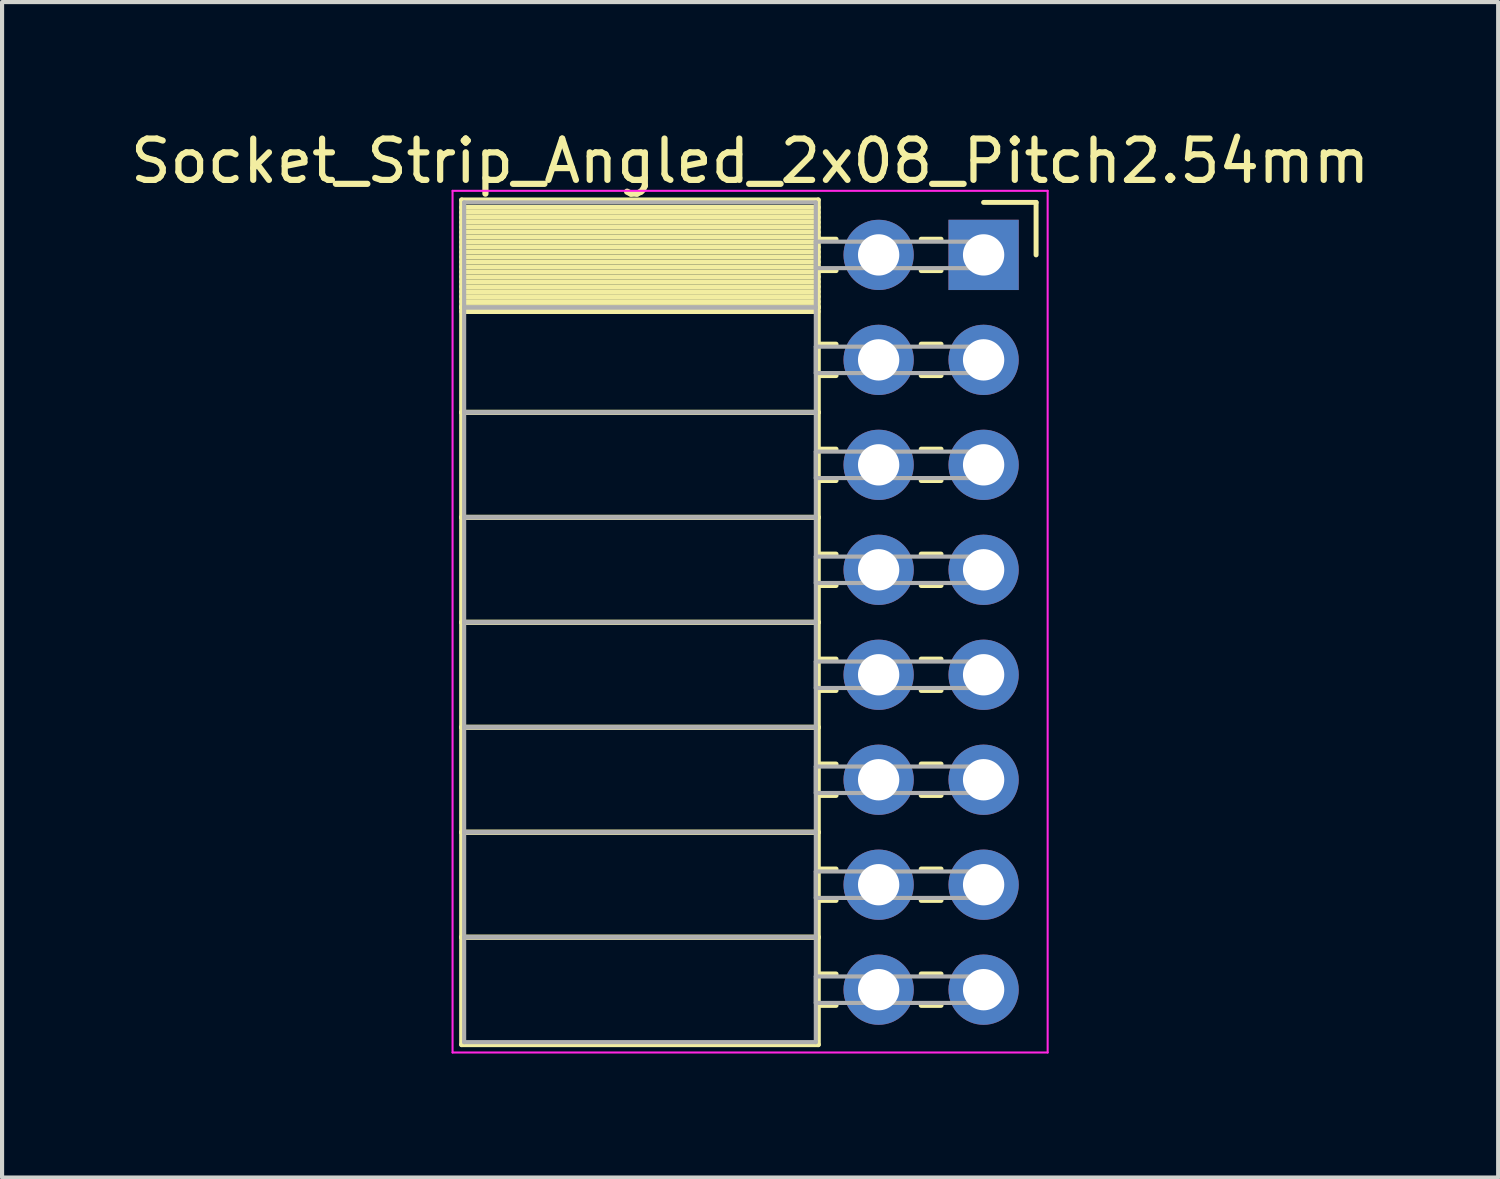
<source format=kicad_pcb>
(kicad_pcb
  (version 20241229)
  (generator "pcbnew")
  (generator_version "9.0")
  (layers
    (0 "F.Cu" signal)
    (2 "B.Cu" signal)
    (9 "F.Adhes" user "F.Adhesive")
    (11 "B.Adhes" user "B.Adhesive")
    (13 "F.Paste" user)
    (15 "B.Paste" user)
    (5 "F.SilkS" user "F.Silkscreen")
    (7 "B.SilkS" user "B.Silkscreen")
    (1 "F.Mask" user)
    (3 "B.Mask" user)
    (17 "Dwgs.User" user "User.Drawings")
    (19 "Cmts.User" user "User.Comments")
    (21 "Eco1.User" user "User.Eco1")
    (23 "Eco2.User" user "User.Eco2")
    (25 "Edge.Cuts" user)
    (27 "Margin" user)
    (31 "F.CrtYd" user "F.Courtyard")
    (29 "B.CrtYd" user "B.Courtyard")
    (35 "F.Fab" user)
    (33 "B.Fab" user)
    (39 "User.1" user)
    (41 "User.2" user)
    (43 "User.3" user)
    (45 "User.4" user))
  (footprint "Socket_Strip_Angled_2x08_Pitch2.54mm"
    (layer "F.Cu")
    (at 20.751 3.118)
    (property "Reference" "Socket_Strip_Angled_2x08_Pitch2.54mm" (at -5.65 -2.27 0) (layer "F.SilkS") (effects (font (size 1 1) (thickness 0.15))))
    (attr through_hole)
    (fp_line (start -12.63 -1.33) (end -4 -1.33) (stroke (width 0.12) (type solid)) (layer "F.SilkS"))
    (fp_line (start -12.63 1.27) (end -12.63 -1.33) (stroke (width 0.12) (type solid)) (layer "F.SilkS"))
    (fp_line (start -12.63 1.27) (end -4 1.27) (stroke (width 0.12) (type solid)) (layer "F.SilkS"))
    (fp_line (start -12.63 3.81) (end -12.63 1.27) (stroke (width 0.12) (type solid)) (layer "F.SilkS"))
    (fp_line (start -12.63 3.81) (end -4 3.81) (stroke (width 0.12) (type solid)) (layer "F.SilkS"))
    (fp_line (start -12.63 6.35) (end -12.63 3.81) (stroke (width 0.12) (type solid)) (layer "F.SilkS"))
    (fp_line (start -12.63 6.35) (end -4 6.35) (stroke (width 0.12) (type solid)) (layer "F.SilkS"))
    (fp_line (start -12.63 8.89) (end -12.63 6.35) (stroke (width 0.12) (type solid)) (layer "F.SilkS"))
    (fp_line (start -12.63 8.89) (end -4 8.89) (stroke (width 0.12) (type solid)) (layer "F.SilkS"))
    (fp_line (start -12.63 11.43) (end -12.63 8.89) (stroke (width 0.12) (type solid)) (layer "F.SilkS"))
    (fp_line (start -12.63 11.43) (end -4 11.43) (stroke (width 0.12) (type solid)) (layer "F.SilkS"))
    (fp_line (start -12.63 13.97) (end -12.63 11.43) (stroke (width 0.12) (type solid)) (layer "F.SilkS"))
    (fp_line (start -12.63 13.97) (end -4 13.97) (stroke (width 0.12) (type solid)) (layer "F.SilkS"))
    (fp_line (start -12.63 16.51) (end -12.63 13.97) (stroke (width 0.12) (type solid)) (layer "F.SilkS"))
    (fp_line (start -12.63 16.51) (end -4 16.51) (stroke (width 0.12) (type solid)) (layer "F.SilkS"))
    (fp_line (start -12.63 19.11) (end -12.63 16.51) (stroke (width 0.12) (type solid)) (layer "F.SilkS"))
    (fp_line (start -4 -1.33) (end -4 1.27) (stroke (width 0.12) (type solid)) (layer "F.SilkS"))
    (fp_line (start -4 -1.15) (end -12.63 -1.15) (stroke (width 0.12) (type solid)) (layer "F.SilkS"))
    (fp_line (start -4 -1.03) (end -12.63 -1.03) (stroke (width 0.12) (type solid)) (layer "F.SilkS"))
    (fp_line (start -4 -0.91) (end -12.63 -0.91) (stroke (width 0.12) (type solid)) (layer "F.SilkS"))
    (fp_line (start -4 -0.79) (end -12.63 -0.79) (stroke (width 0.12) (type solid)) (layer "F.SilkS"))
    (fp_line (start -4 -0.67) (end -12.63 -0.67) (stroke (width 0.12) (type solid)) (layer "F.SilkS"))
    (fp_line (start -4 -0.55) (end -12.63 -0.55) (stroke (width 0.12) (type solid)) (layer "F.SilkS"))
    (fp_line (start -4 -0.43) (end -12.63 -0.43) (stroke (width 0.12) (type solid)) (layer "F.SilkS"))
    (fp_line (start -4 -0.31) (end -12.63 -0.31) (stroke (width 0.12) (type solid)) (layer "F.SilkS"))
    (fp_line (start -4 -0.19) (end -12.63 -0.19) (stroke (width 0.12) (type solid)) (layer "F.SilkS"))
    (fp_line (start -4 -0.07) (end -12.63 -0.07) (stroke (width 0.12) (type solid)) (layer "F.SilkS"))
    (fp_line (start -4 0.05) (end -12.63 0.05) (stroke (width 0.12) (type solid)) (layer "F.SilkS"))
    (fp_line (start -4 0.17) (end -12.63 0.17) (stroke (width 0.12) (type solid)) (layer "F.SilkS"))
    (fp_line (start -4 0.29) (end -12.63 0.29) (stroke (width 0.12) (type solid)) (layer "F.SilkS"))
    (fp_line (start -4 0.41) (end -12.63 0.41) (stroke (width 0.12) (type solid)) (layer "F.SilkS"))
    (fp_line (start -4 0.53) (end -12.63 0.53) (stroke (width 0.12) (type solid)) (layer "F.SilkS"))
    (fp_line (start -4 0.65) (end -12.63 0.65) (stroke (width 0.12) (type solid)) (layer "F.SilkS"))
    (fp_line (start -4 0.77) (end -12.63 0.77) (stroke (width 0.12) (type solid)) (layer "F.SilkS"))
    (fp_line (start -4 0.89) (end -12.63 0.89) (stroke (width 0.12) (type solid)) (layer "F.SilkS"))
    (fp_line (start -4 1.01) (end -12.63 1.01) (stroke (width 0.12) (type solid)) (layer "F.SilkS"))
    (fp_line (start -4 1.13) (end -12.63 1.13) (stroke (width 0.12) (type solid)) (layer "F.SilkS"))
    (fp_line (start -4 1.25) (end -12.63 1.25) (stroke (width 0.12) (type solid)) (layer "F.SilkS"))
    (fp_line (start -4 1.27) (end -12.63 1.27) (stroke (width 0.12) (type solid)) (layer "F.SilkS"))
    (fp_line (start -4 1.27) (end -4 3.81) (stroke (width 0.12) (type solid)) (layer "F.SilkS"))
    (fp_line (start -4 1.37) (end -12.63 1.37) (stroke (width 0.12) (type solid)) (layer "F.SilkS"))
    (fp_line (start -4 3.81) (end -12.63 3.81) (stroke (width 0.12) (type solid)) (layer "F.SilkS"))
    (fp_line (start -4 3.81) (end -4 6.35) (stroke (width 0.12) (type solid)) (layer "F.SilkS"))
    (fp_line (start -4 6.35) (end -12.63 6.35) (stroke (width 0.12) (type solid)) (layer "F.SilkS"))
    (fp_line (start -4 6.35) (end -4 8.89) (stroke (width 0.12) (type solid)) (layer "F.SilkS"))
    (fp_line (start -4 8.89) (end -12.63 8.89) (stroke (width 0.12) (type solid)) (layer "F.SilkS"))
    (fp_line (start -4 8.89) (end -4 11.43) (stroke (width 0.12) (type solid)) (layer "F.SilkS"))
    (fp_line (start -4 11.43) (end -12.63 11.43) (stroke (width 0.12) (type solid)) (layer "F.SilkS"))
    (fp_line (start -4 11.43) (end -4 13.97) (stroke (width 0.12) (type solid)) (layer "F.SilkS"))
    (fp_line (start -4 13.97) (end -12.63 13.97) (stroke (width 0.12) (type solid)) (layer "F.SilkS"))
    (fp_line (start -4 13.97) (end -4 16.51) (stroke (width 0.12) (type solid)) (layer "F.SilkS"))
    (fp_line (start -4 16.51) (end -12.63 16.51) (stroke (width 0.12) (type solid)) (layer "F.SilkS"))
    (fp_line (start -4 16.51) (end -4 19.11) (stroke (width 0.12) (type solid)) (layer "F.SilkS"))
    (fp_line (start -4 19.11) (end -12.63 19.11) (stroke (width 0.12) (type solid)) (layer "F.SilkS"))
    (fp_line (start -3.57 -0.38) (end -4 -0.38) (stroke (width 0.12) (type solid)) (layer "F.SilkS"))
    (fp_line (start -3.57 0.38) (end -4 0.38) (stroke (width 0.12) (type solid)) (layer "F.SilkS"))
    (fp_line (start -3.57 2.16) (end -4 2.16) (stroke (width 0.12) (type solid)) (layer "F.SilkS"))
    (fp_line (start -3.57 2.92) (end -4 2.92) (stroke (width 0.12) (type solid)) (layer "F.SilkS"))
    (fp_line (start -3.57 4.7) (end -4 4.7) (stroke (width 0.12) (type solid)) (layer "F.SilkS"))
    (fp_line (start -3.57 5.46) (end -4 5.46) (stroke (width 0.12) (type solid)) (layer "F.SilkS"))
    (fp_line (start -3.57 7.24) (end -4 7.24) (stroke (width 0.12) (type solid)) (layer "F.SilkS"))
    (fp_line (start -3.57 8) (end -4 8) (stroke (width 0.12) (type solid)) (layer "F.SilkS"))
    (fp_line (start -3.57 9.78) (end -4 9.78) (stroke (width 0.12) (type solid)) (layer "F.SilkS"))
    (fp_line (start -3.57 10.54) (end -4 10.54) (stroke (width 0.12) (type solid)) (layer "F.SilkS"))
    (fp_line (start -3.57 12.32) (end -4 12.32) (stroke (width 0.12) (type solid)) (layer "F.SilkS"))
    (fp_line (start -3.57 13.08) (end -4 13.08) (stroke (width 0.12) (type solid)) (layer "F.SilkS"))
    (fp_line (start -3.57 14.86) (end -4 14.86) (stroke (width 0.12) (type solid)) (layer "F.SilkS"))
    (fp_line (start -3.57 15.62) (end -4 15.62) (stroke (width 0.12) (type solid)) (layer "F.SilkS"))
    (fp_line (start -3.57 17.4) (end -4 17.4) (stroke (width 0.12) (type solid)) (layer "F.SilkS"))
    (fp_line (start -3.57 18.16) (end -4 18.16) (stroke (width 0.12) (type solid)) (layer "F.SilkS"))
    (fp_line (start -1.03 -0.38) (end -1.51 -0.38) (stroke (width 0.12) (type solid)) (layer "F.SilkS"))
    (fp_line (start -1.03 0.38) (end -1.51 0.38) (stroke (width 0.12) (type solid)) (layer "F.SilkS"))
    (fp_line (start -1.03 2.16) (end -1.51 2.16) (stroke (width 0.12) (type solid)) (layer "F.SilkS"))
    (fp_line (start -1.03 2.92) (end -1.51 2.92) (stroke (width 0.12) (type solid)) (layer "F.SilkS"))
    (fp_line (start -1.03 4.7) (end -1.51 4.7) (stroke (width 0.12) (type solid)) (layer "F.SilkS"))
    (fp_line (start -1.03 5.46) (end -1.51 5.46) (stroke (width 0.12) (type solid)) (layer "F.SilkS"))
    (fp_line (start -1.03 7.24) (end -1.51 7.24) (stroke (width 0.12) (type solid)) (layer "F.SilkS"))
    (fp_line (start -1.03 8) (end -1.51 8) (stroke (width 0.12) (type solid)) (layer "F.SilkS"))
    (fp_line (start -1.03 9.78) (end -1.51 9.78) (stroke (width 0.12) (type solid)) (layer "F.SilkS"))
    (fp_line (start -1.03 10.54) (end -1.51 10.54) (stroke (width 0.12) (type solid)) (layer "F.SilkS"))
    (fp_line (start -1.03 12.32) (end -1.51 12.32) (stroke (width 0.12) (type solid)) (layer "F.SilkS"))
    (fp_line (start -1.03 13.08) (end -1.51 13.08) (stroke (width 0.12) (type solid)) (layer "F.SilkS"))
    (fp_line (start -1.03 14.86) (end -1.51 14.86) (stroke (width 0.12) (type solid)) (layer "F.SilkS"))
    (fp_line (start -1.03 15.62) (end -1.51 15.62) (stroke (width 0.12) (type solid)) (layer "F.SilkS"))
    (fp_line (start -1.03 17.4) (end -1.51 17.4) (stroke (width 0.12) (type solid)) (layer "F.SilkS"))
    (fp_line (start -1.03 18.16) (end -1.51 18.16) (stroke (width 0.12) (type solid)) (layer "F.SilkS"))
    (fp_line (start 0 -1.27) (end 1.27 -1.27) (stroke (width 0.12) (type solid)) (layer "F.SilkS"))
    (fp_line (start 1.27 -1.27) (end 1.27 0) (stroke (width 0.12) (type solid)) (layer "F.SilkS"))
    (fp_line (start -12.85 -1.55) (end 1.55 -1.55) (stroke (width 0.05) (type solid)) (layer "F.CrtYd"))
    (fp_line (start -12.85 19.3) (end -12.85 -1.55) (stroke (width 0.05) (type solid)) (layer "F.CrtYd"))
    (fp_line (start 1.55 -1.55) (end 1.55 19.3) (stroke (width 0.05) (type solid)) (layer "F.CrtYd"))
    (fp_line (start 1.55 19.3) (end -12.85 19.3) (stroke (width 0.05) (type solid)) (layer "F.CrtYd"))
    (fp_line (start -12.57 -1.27) (end -4.06 -1.27) (stroke (width 0.1) (type solid)) (layer "F.Fab"))
    (fp_line (start -12.57 1.27) (end -12.57 -1.27) (stroke (width 0.1) (type solid)) (layer "F.Fab"))
    (fp_line (start -12.57 1.27) (end -4.06 1.27) (stroke (width 0.1) (type solid)) (layer "F.Fab"))
    (fp_line (start -12.57 3.81) (end -12.57 1.27) (stroke (width 0.1) (type solid)) (layer "F.Fab"))
    (fp_line (start -12.57 3.81) (end -4.06 3.81) (stroke (width 0.1) (type solid)) (layer "F.Fab"))
    (fp_line (start -12.57 6.35) (end -12.57 3.81) (stroke (width 0.1) (type solid)) (layer "F.Fab"))
    (fp_line (start -12.57 6.35) (end -4.06 6.35) (stroke (width 0.1) (type solid)) (layer "F.Fab"))
    (fp_line (start -12.57 8.89) (end -12.57 6.35) (stroke (width 0.1) (type solid)) (layer "F.Fab"))
    (fp_line (start -12.57 8.89) (end -4.06 8.89) (stroke (width 0.1) (type solid)) (layer "F.Fab"))
    (fp_line (start -12.57 11.43) (end -12.57 8.89) (stroke (width 0.1) (type solid)) (layer "F.Fab"))
    (fp_line (start -12.57 11.43) (end -4.06 11.43) (stroke (width 0.1) (type solid)) (layer "F.Fab"))
    (fp_line (start -12.57 13.97) (end -12.57 11.43) (stroke (width 0.1) (type solid)) (layer "F.Fab"))
    (fp_line (start -12.57 13.97) (end -4.06 13.97) (stroke (width 0.1) (type solid)) (layer "F.Fab"))
    (fp_line (start -12.57 16.51) (end -12.57 13.97) (stroke (width 0.1) (type solid)) (layer "F.Fab"))
    (fp_line (start -12.57 16.51) (end -4.06 16.51) (stroke (width 0.1) (type solid)) (layer "F.Fab"))
    (fp_line (start -12.57 19.05) (end -12.57 16.51) (stroke (width 0.1) (type solid)) (layer "F.Fab"))
    (fp_line (start -4.06 -1.27) (end -4.06 1.27) (stroke (width 0.1) (type solid)) (layer "F.Fab"))
    (fp_line (start -4.06 -0.32) (end 0 -0.32) (stroke (width 0.1) (type solid)) (layer "F.Fab"))
    (fp_line (start -4.06 0.32) (end -4.06 -0.32) (stroke (width 0.1) (type solid)) (layer "F.Fab"))
    (fp_line (start -4.06 1.27) (end -12.57 1.27) (stroke (width 0.1) (type solid)) (layer "F.Fab"))
    (fp_line (start -4.06 1.27) (end -4.06 3.81) (stroke (width 0.1) (type solid)) (layer "F.Fab"))
    (fp_line (start -4.06 2.22) (end 0 2.22) (stroke (width 0.1) (type solid)) (layer "F.Fab"))
    (fp_line (start -4.06 2.86) (end -4.06 2.22) (stroke (width 0.1) (type solid)) (layer "F.Fab"))
    (fp_line (start -4.06 3.81) (end -12.57 3.81) (stroke (width 0.1) (type solid)) (layer "F.Fab"))
    (fp_line (start -4.06 3.81) (end -4.06 6.35) (stroke (width 0.1) (type solid)) (layer "F.Fab"))
    (fp_line (start -4.06 4.76) (end 0 4.76) (stroke (width 0.1) (type solid)) (layer "F.Fab"))
    (fp_line (start -4.06 5.4) (end -4.06 4.76) (stroke (width 0.1) (type solid)) (layer "F.Fab"))
    (fp_line (start -4.06 6.35) (end -12.57 6.35) (stroke (width 0.1) (type solid)) (layer "F.Fab"))
    (fp_line (start -4.06 6.35) (end -4.06 8.89) (stroke (width 0.1) (type solid)) (layer "F.Fab"))
    (fp_line (start -4.06 7.3) (end 0 7.3) (stroke (width 0.1) (type solid)) (layer "F.Fab"))
    (fp_line (start -4.06 7.94) (end -4.06 7.3) (stroke (width 0.1) (type solid)) (layer "F.Fab"))
    (fp_line (start -4.06 8.89) (end -12.57 8.89) (stroke (width 0.1) (type solid)) (layer "F.Fab"))
    (fp_line (start -4.06 8.89) (end -4.06 11.43) (stroke (width 0.1) (type solid)) (layer "F.Fab"))
    (fp_line (start -4.06 9.84) (end 0 9.84) (stroke (width 0.1) (type solid)) (layer "F.Fab"))
    (fp_line (start -4.06 10.48) (end -4.06 9.84) (stroke (width 0.1) (type solid)) (layer "F.Fab"))
    (fp_line (start -4.06 11.43) (end -12.57 11.43) (stroke (width 0.1) (type solid)) (layer "F.Fab"))
    (fp_line (start -4.06 11.43) (end -4.06 13.97) (stroke (width 0.1) (type solid)) (layer "F.Fab"))
    (fp_line (start -4.06 12.38) (end 0 12.38) (stroke (width 0.1) (type solid)) (layer "F.Fab"))
    (fp_line (start -4.06 13.02) (end -4.06 12.38) (stroke (width 0.1) (type solid)) (layer "F.Fab"))
    (fp_line (start -4.06 13.97) (end -12.57 13.97) (stroke (width 0.1) (type solid)) (layer "F.Fab"))
    (fp_line (start -4.06 13.97) (end -4.06 16.51) (stroke (width 0.1) (type solid)) (layer "F.Fab"))
    (fp_line (start -4.06 14.92) (end 0 14.92) (stroke (width 0.1) (type solid)) (layer "F.Fab"))
    (fp_line (start -4.06 15.56) (end -4.06 14.92) (stroke (width 0.1) (type solid)) (layer "F.Fab"))
    (fp_line (start -4.06 16.51) (end -12.57 16.51) (stroke (width 0.1) (type solid)) (layer "F.Fab"))
    (fp_line (start -4.06 16.51) (end -4.06 19.05) (stroke (width 0.1) (type solid)) (layer "F.Fab"))
    (fp_line (start -4.06 17.46) (end 0 17.46) (stroke (width 0.1) (type solid)) (layer "F.Fab"))
    (fp_line (start -4.06 18.1) (end -4.06 17.46) (stroke (width 0.1) (type solid)) (layer "F.Fab"))
    (fp_line (start -4.06 19.05) (end -12.57 19.05) (stroke (width 0.1) (type solid)) (layer "F.Fab"))
    (fp_line (start 0 -0.32) (end 0 0.32) (stroke (width 0.1) (type solid)) (layer "F.Fab"))
    (fp_line (start 0 0.32) (end -4.06 0.32) (stroke (width 0.1) (type solid)) (layer "F.Fab"))
    (fp_line (start 0 2.22) (end 0 2.86) (stroke (width 0.1) (type solid)) (layer "F.Fab"))
    (fp_line (start 0 2.86) (end -4.06 2.86) (stroke (width 0.1) (type solid)) (layer "F.Fab"))
    (fp_line (start 0 4.76) (end 0 5.4) (stroke (width 0.1) (type solid)) (layer "F.Fab"))
    (fp_line (start 0 5.4) (end -4.06 5.4) (stroke (width 0.1) (type solid)) (layer "F.Fab"))
    (fp_line (start 0 7.3) (end 0 7.94) (stroke (width 0.1) (type solid)) (layer "F.Fab"))
    (fp_line (start 0 7.94) (end -4.06 7.94) (stroke (width 0.1) (type solid)) (layer "F.Fab"))
    (fp_line (start 0 9.84) (end 0 10.48) (stroke (width 0.1) (type solid)) (layer "F.Fab"))
    (fp_line (start 0 10.48) (end -4.06 10.48) (stroke (width 0.1) (type solid)) (layer "F.Fab"))
    (fp_line (start 0 12.38) (end 0 13.02) (stroke (width 0.1) (type solid)) (layer "F.Fab"))
    (fp_line (start 0 13.02) (end -4.06 13.02) (stroke (width 0.1) (type solid)) (layer "F.Fab"))
    (fp_line (start 0 14.92) (end 0 15.56) (stroke (width 0.1) (type solid)) (layer "F.Fab"))
    (fp_line (start 0 15.56) (end -4.06 15.56) (stroke (width 0.1) (type solid)) (layer "F.Fab"))
    (fp_line (start 0 17.46) (end 0 18.1) (stroke (width 0.1) (type solid)) (layer "F.Fab"))
    (fp_line (start 0 18.1) (end -4.06 18.1) (stroke (width 0.1) (type solid)) (layer "F.Fab"))
    (pad "1" thru_hole rect (at 0 0) (size 1.7 1.7) (drill 1) (layers "*.Cu" "*.Mask"))
    (pad "2" thru_hole oval (at -2.54 0) (size 1.7 1.7) (drill 1) (layers "*.Cu" "*.Mask"))
    (pad "3" thru_hole oval (at 0 2.54) (size 1.7 1.7) (drill 1) (layers "*.Cu" "*.Mask"))
    (pad "4" thru_hole oval (at -2.54 2.54) (size 1.7 1.7) (drill 1) (layers "*.Cu" "*.Mask"))
    (pad "5" thru_hole oval (at 0 5.08) (size 1.7 1.7) (drill 1) (layers "*.Cu" "*.Mask"))
    (pad "6" thru_hole oval (at -2.54 5.08) (size 1.7 1.7) (drill 1) (layers "*.Cu" "*.Mask"))
    (pad "7" thru_hole oval (at 0 7.62) (size 1.7 1.7) (drill 1) (layers "*.Cu" "*.Mask"))
    (pad "8" thru_hole oval (at -2.54 7.62) (size 1.7 1.7) (drill 1) (layers "*.Cu" "*.Mask"))
    (pad "9" thru_hole oval (at 0 10.16) (size 1.7 1.7) (drill 1) (layers "*.Cu" "*.Mask"))
    (pad "10" thru_hole oval (at -2.54 10.16) (size 1.7 1.7) (drill 1) (layers "*.Cu" "*.Mask"))
    (pad "11" thru_hole oval (at 0 12.7) (size 1.7 1.7) (drill 1) (layers "*.Cu" "*.Mask"))
    (pad "12" thru_hole oval (at -2.54 12.7) (size 1.7 1.7) (drill 1) (layers "*.Cu" "*.Mask"))
    (pad "13" thru_hole oval (at 0 15.24) (size 1.7 1.7) (drill 1) (layers "*.Cu" "*.Mask"))
    (pad "14" thru_hole oval (at -2.54 15.24) (size 1.7 1.7) (drill 1) (layers "*.Cu" "*.Mask"))
    (pad "15" thru_hole oval (at 0 17.78) (size 1.7 1.7) (drill 1) (layers "*.Cu" "*.Mask"))
    (pad "16" thru_hole oval (at -2.54 17.78) (size 1.7 1.7) (drill 1) (layers "*.Cu" "*.Mask")))
  (gr_rect
    (start -3 -3)
    (end 33.202 25.443)
    (stroke (width 0.1) (type default))
    (fill no)
    (layer "Edge.Cuts")))
</source>
